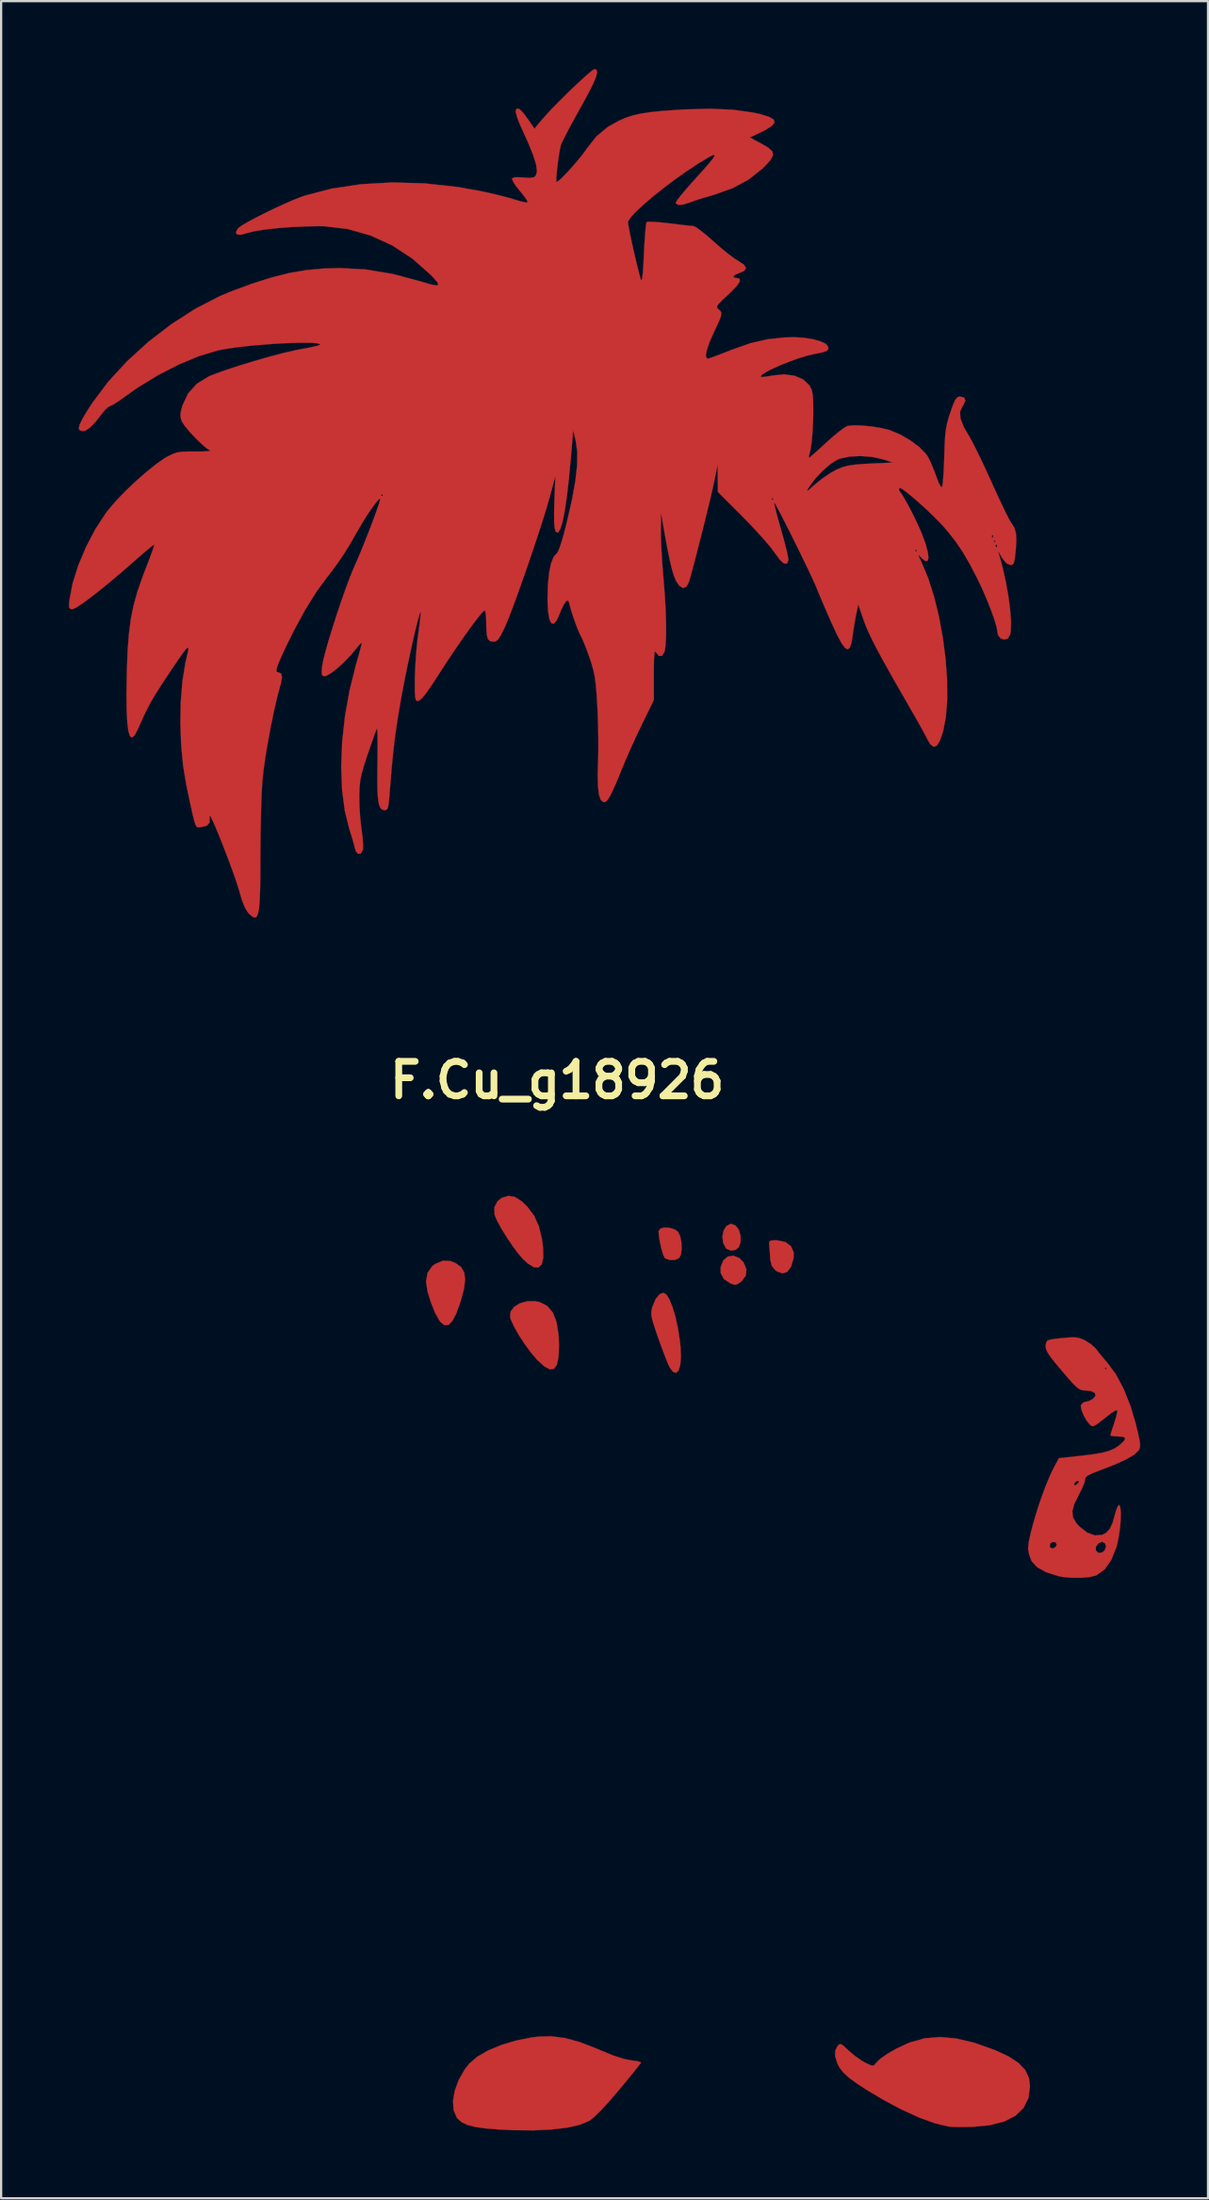
<source format=kicad_pcb>
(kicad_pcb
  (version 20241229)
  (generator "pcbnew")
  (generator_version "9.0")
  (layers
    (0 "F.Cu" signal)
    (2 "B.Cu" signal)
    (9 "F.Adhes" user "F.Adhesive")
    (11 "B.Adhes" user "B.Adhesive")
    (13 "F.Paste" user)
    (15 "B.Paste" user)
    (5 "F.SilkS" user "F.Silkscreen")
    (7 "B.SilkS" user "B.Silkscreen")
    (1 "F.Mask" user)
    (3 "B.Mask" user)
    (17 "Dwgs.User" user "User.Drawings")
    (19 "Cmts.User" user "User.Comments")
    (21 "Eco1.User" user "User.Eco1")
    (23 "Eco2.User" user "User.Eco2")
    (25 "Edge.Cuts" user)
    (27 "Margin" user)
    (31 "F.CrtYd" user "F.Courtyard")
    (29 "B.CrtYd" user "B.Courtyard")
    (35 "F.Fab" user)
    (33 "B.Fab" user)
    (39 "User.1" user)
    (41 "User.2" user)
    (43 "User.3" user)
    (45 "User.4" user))
  (footprint "F.Cu_g18926"
    (layer "F.Cu")
    (at 21.588 44.709)
    (property "Reference" "F.Cu_g18926" (at 0 0 0) (layer "F.SilkS") (effects (font (size 1.524 1.524) (thickness 0.3))))
    (attr through_hole)
    (fp_poly (pts (xy 7.895 6.425) (xy 8.038 6.618) (xy 8.115 6.881) (xy 8.11 7.166) (xy 8.04 7.372) (xy 7.889 7.501) (xy 7.677 7.529) (xy 7.488 7.449) (xy 7.462 7.421) (xy 7.341 7.182) (xy 7.311 6.908) (xy 7.364 6.647) (xy 7.487 6.446) (xy 7.67 6.352) (xy 7.702 6.35) (xy 7.895 6.425)) (stroke (width 0.01) (type solid)) (fill yes) (layer "F.Cu"))
    (fp_poly (pts (xy 8.062 7.865) (xy 8.246 8.057) (xy 8.372 8.355) (xy 8.343 8.641) (xy 8.163 8.88) (xy 8.159 8.884) (xy 7.987 9.01) (xy 7.868 9.044) (xy 7.721 9.003) (xy 7.662 8.979) (xy 7.376 8.79) (xy 7.234 8.523) (xy 7.233 8.258) (xy 7.354 7.963) (xy 7.557 7.794) (xy 7.806 7.759) (xy 8.062 7.865)) (stroke (width 0.01) (type solid)) (fill yes) (layer "F.Cu"))
    (fp_poly (pts (xy 4.959 6.522) (xy 5.185 6.589) (xy 5.334 6.689) (xy 5.435 6.876) (xy 5.495 7.152) (xy 5.508 7.454) (xy 5.473 7.715) (xy 5.402 7.857) (xy 5.222 7.942) (xy 4.988 7.949) (xy 4.791 7.88) (xy 4.752 7.844) (xy 4.685 7.699) (xy 4.612 7.446) (xy 4.545 7.144) (xy 4.5 6.855) (xy 4.487 6.677) (xy 4.557 6.565) (xy 4.732 6.513) (xy 4.959 6.522)) (stroke (width 0.01) (type solid)) (fill yes) (layer "F.Cu"))
    (fp_poly (pts (xy 9.73 7.078) (xy 10.088 7.15) (xy 10.338 7.332) (xy 10.461 7.605) (xy 10.457 7.866) (xy 10.346 8.243) (xy 10.181 8.469) (xy 9.97 8.539) (xy 9.721 8.449) (xy 9.64 8.389) (xy 9.492 8.205) (xy 9.428 7.935) (xy 9.423 7.86) (xy 9.406 7.575) (xy 9.385 7.327) (xy 9.38 7.281) (xy 9.379 7.151) (xy 9.442 7.091) (xy 9.615 7.076) (xy 9.73 7.078)) (stroke (width 0.01) (type solid)) (fill yes) (layer "F.Cu"))
    (fp_poly (pts (xy -4.724 7.992) (xy -4.486 8.087) (xy -4.247 8.261) (xy -4.108 8.499) (xy -4.067 8.819) (xy -4.123 9.242) (xy -4.271 9.788) (xy -4.273 9.796) (xy -4.455 10.301) (xy -4.63 10.64) (xy -4.802 10.816) (xy -4.974 10.833) (xy -5.15 10.694) (xy -5.217 10.604) (xy -5.403 10.269) (xy -5.581 9.818) (xy -5.727 9.356) (xy -5.799 8.897) (xy -5.73 8.515) (xy -5.523 8.221) (xy -5.393 8.124) (xy -5.051 7.98) (xy -4.724 7.992)) (stroke (width 0.01) (type solid)) (fill yes) (layer "F.Cu"))
    (fp_poly (pts (xy -1.869 5.159) (xy -1.565 5.352) (xy -1.325 5.583) (xy -1.021 5.984) (xy -0.807 6.455) (xy -0.669 7.031) (xy -0.621 7.415) (xy -0.612 7.851) (xy -0.681 8.14) (xy -0.824 8.278) (xy -1.035 8.263) (xy -1.308 8.092) (xy -1.519 7.895) (xy -1.735 7.642) (xy -1.981 7.308) (xy -2.233 6.934) (xy -2.463 6.561) (xy -2.645 6.229) (xy -2.754 5.982) (xy -2.764 5.948) (xy -2.773 5.619) (xy -2.635 5.347) (xy -2.448 5.203) (xy -2.155 5.112) (xy -1.869 5.159)) (stroke (width 0.01) (type solid)) (fill yes) (layer "F.Cu"))
    (fp_poly (pts (xy -0.758 9.813) (xy -0.432 9.982) (xy -0.188 10.274) (xy -0.024 10.698) (xy 0.064 11.262) (xy 0.083 11.742) (xy 0.061 12.241) (xy -0.011 12.579) (xy -0.137 12.759) (xy -0.321 12.782) (xy -0.565 12.652) (xy -0.875 12.37) (xy -0.903 12.34) (xy -1.165 12.031) (xy -1.438 11.657) (xy -1.695 11.261) (xy -1.907 10.887) (xy -2.047 10.579) (xy -2.077 10.481) (xy -2.061 10.237) (xy -1.909 10.027) (xy -1.656 9.867) (xy -1.335 9.775) (xy -0.98 9.767) (xy -0.758 9.813)) (stroke (width 0.01) (type solid)) (fill yes) (layer "F.Cu"))
    (fp_poly (pts (xy 4.835 9.478) (xy 4.973 9.701) (xy 5.109 10.042) (xy 5.236 10.475) (xy 5.345 10.974) (xy 5.428 11.514) (xy 5.459 11.811) (xy 5.475 12.261) (xy 5.442 12.607) (xy 5.368 12.836) (xy 5.261 12.937) (xy 5.131 12.898) (xy 4.985 12.706) (xy 4.918 12.569) (xy 4.817 12.323) (xy 4.681 11.969) (xy 4.532 11.562) (xy 4.428 11.267) (xy 4.292 10.866) (xy 4.207 10.584) (xy 4.168 10.384) (xy 4.168 10.225) (xy 4.2 10.069) (xy 4.218 10.009) (xy 4.36 9.669) (xy 4.536 9.459) (xy 4.703 9.398) (xy 4.835 9.478)) (stroke (width 0.01) (type solid)) (fill yes) (layer "F.Cu"))
    (fp_poly (pts (xy 0.343 42.345) (xy 0.991 42.521) (xy 1.723 42.803) (xy 1.86 42.863) (xy 2.462 43.111) (xy 2.948 43.269) (xy 3.284 43.334) (xy 3.528 43.365) (xy 3.68 43.408) (xy 3.708 43.437) (xy 3.648 43.521) (xy 3.497 43.712) (xy 3.274 43.989) (xy 2.996 44.328) (xy 2.728 44.652) (xy 2.313 45.136) (xy 1.948 45.533) (xy 1.649 45.826) (xy 1.431 45.999) (xy 1.416 46.009) (xy 1.01 46.178) (xy 0.455 46.306) (xy -0.234 46.389) (xy -1.042 46.428) (xy -1.952 46.419) (xy -2.54 46.391) (xy -3.15 46.343) (xy -3.615 46.278) (xy -3.961 46.19) (xy -4.212 46.072) (xy -4.392 45.918) (xy -4.437 45.862) (xy -4.576 45.541) (xy -4.603 45.134) (xy -4.526 44.676) (xy -4.352 44.2) (xy -4.09 43.74) (xy -3.886 43.479) (xy -3.537 43.177) (xy -3.052 42.897) (xy -2.464 42.652) (xy -1.807 42.455) (xy -1.115 42.319) (xy -0.836 42.284) (xy -0.254 42.269) (xy 0.343 42.345)) (stroke (width 0.01) (type solid)) (fill yes) (layer "F.Cu"))
    (fp_poly (pts (xy 17.653 42.366) (xy 18.453 42.556) (xy 19.345 42.873) (xy 19.384 42.888) (xy 19.977 43.165) (xy 20.413 43.453) (xy 20.706 43.768) (xy 20.868 44.122) (xy 20.913 44.484) (xy 20.84 45.006) (xy 20.624 45.439) (xy 20.266 45.784) (xy 19.766 46.038) (xy 19.126 46.201) (xy 18.373 46.272) (xy 17.989 46.28) (xy 17.642 46.278) (xy 17.386 46.267) (xy 17.314 46.259) (xy 16.717 46.117) (xy 16.018 45.865) (xy 15.24 45.51) (xy 14.4 45.062) (xy 13.726 44.66) (xy 13.244 44.347) (xy 12.89 44.086) (xy 12.642 43.853) (xy 12.475 43.629) (xy 12.394 43.467) (xy 12.292 43.139) (xy 12.304 42.889) (xy 12.398 42.709) (xy 12.473 42.625) (xy 12.55 42.615) (xy 12.668 42.694) (xy 12.864 42.876) (xy 12.885 42.896) (xy 13.161 43.13) (xy 13.464 43.343) (xy 13.619 43.431) (xy 13.842 43.538) (xy 13.966 43.57) (xy 14.043 43.53) (xy 14.103 43.451) (xy 14.298 43.257) (xy 14.615 43.036) (xy 15.016 42.809) (xy 15.463 42.601) (xy 15.623 42.536) (xy 16.256 42.358) (xy 16.927 42.3) (xy 17.653 42.366)) (stroke (width 0.01) (type solid)) (fill yes) (layer "F.Cu"))
    (fp_poly (pts (xy 23.115 11.405) (xy 23.302 11.481) (xy 23.353 11.507) (xy 23.604 11.667) (xy 23.809 11.851) (xy 23.851 11.903) (xy 23.997 12.095) (xy 24.201 12.339) (xy 24.322 12.475) (xy 24.703 12.989) (xy 25.053 13.643) (xy 25.358 14.408) (xy 25.58 15.156) (xy 25.687 15.59) (xy 25.753 15.892) (xy 25.781 16.094) (xy 25.774 16.23) (xy 25.738 16.329) (xy 25.716 16.366) (xy 25.518 16.554) (xy 25.154 16.768) (xy 24.625 17.007) (xy 24.045 17.23) (xy 23.687 17.368) (xy 23.468 17.475) (xy 23.365 17.565) (xy 23.351 17.636) (xy 23.324 17.778) (xy 23.229 18.016) (xy 23.086 18.298) (xy 23.076 18.318) (xy 22.872 18.73) (xy 22.784 19.054) (xy 22.813 19.325) (xy 22.96 19.579) (xy 23.097 19.73) (xy 23.445 20.002) (xy 23.79 20.126) (xy 24.111 20.098) (xy 24.286 20.006) (xy 24.443 19.837) (xy 24.564 19.572) (xy 24.642 19.296) (xy 24.72 19.025) (xy 24.796 18.838) (xy 24.854 18.777) (xy 24.906 18.874) (xy 24.928 19.098) (xy 24.924 19.411) (xy 24.895 19.775) (xy 24.843 20.151) (xy 24.772 20.5) (xy 24.734 20.642) (xy 24.508 21.208) (xy 24.22 21.618) (xy 23.868 21.876) (xy 23.819 21.898) (xy 23.546 21.965) (xy 23.169 21.998) (xy 22.751 21.996) (xy 22.354 21.959) (xy 22.181 21.926) (xy 21.629 21.752) (xy 21.23 21.531) (xy 20.989 21.265) (xy 20.969 21.226) (xy 20.874 20.967) (xy 20.84 20.785) (xy 23.822 20.785) (xy 23.935 20.899) (xy 24.097 20.882) (xy 24.214 20.787) (xy 24.277 20.621) (xy 24.232 20.47) (xy 24.101 20.405) (xy 23.936 20.473) (xy 23.826 20.629) (xy 23.822 20.785) (xy 20.84 20.785) (xy 20.829 20.726) (xy 20.828 20.702) (xy 20.836 20.629) (xy 21.788 20.629) (xy 21.799 20.655) (xy 21.905 20.703) (xy 22.031 20.65) (xy 22.098 20.533) (xy 22.098 20.523) (xy 22.037 20.425) (xy 21.908 20.413) (xy 21.802 20.489) (xy 21.788 20.629) (xy 20.836 20.629) (xy 20.859 20.414) (xy 20.946 20.007) (xy 21.077 19.517) (xy 21.239 18.981) (xy 21.422 18.436) (xy 21.614 17.919) (xy 21.63 17.88) (xy 22.86 17.88) (xy 22.908 17.914) (xy 22.989 17.863) (xy 23.078 17.759) (xy 23.079 17.717) (xy 22.985 17.715) (xy 22.888 17.801) (xy 22.86 17.88) (xy 21.63 17.88) (xy 21.803 17.465) (xy 21.94 17.181) (xy 22.19 16.71) (xy 23.096 16.612) (xy 23.659 16.544) (xy 24.083 16.473) (xy 24.402 16.389) (xy 24.647 16.285) (xy 24.849 16.151) (xy 24.889 16.118) (xy 25.083 15.933) (xy 25.126 15.818) (xy 25.017 15.761) (xy 24.807 15.748) (xy 24.595 15.738) (xy 24.477 15.713) (xy 24.469 15.703) (xy 24.494 15.605) (xy 24.559 15.395) (xy 24.642 15.143) (xy 24.725 14.871) (xy 24.771 14.669) (xy 24.772 14.583) (xy 24.686 14.604) (xy 24.518 14.708) (xy 24.418 14.784) (xy 24.104 15.032) (xy 23.895 15.19) (xy 23.764 15.274) (xy 23.683 15.297) (xy 23.625 15.276) (xy 23.571 15.233) (xy 23.426 15.062) (xy 23.29 14.824) (xy 23.191 14.581) (xy 23.159 14.392) (xy 23.166 14.356) (xy 23.284 14.24) (xy 23.358 14.224) (xy 23.532 14.177) (xy 23.692 14.089) (xy 23.813 13.949) (xy 23.782 13.827) (xy 23.616 13.743) (xy 23.374 13.716) (xy 23.24 13.708) (xy 23.12 13.669) (xy 22.989 13.578) (xy 22.822 13.417) (xy 22.593 13.163) (xy 22.323 12.848) (xy 22.235 12.742) (xy 24.215 12.742) (xy 24.257 12.785) (xy 24.299 12.742) (xy 24.257 12.7) (xy 24.215 12.742) (xy 22.235 12.742) (xy 22.015 12.48) (xy 21.806 12.211) (xy 21.679 12.015) (xy 21.618 11.867) (xy 21.607 11.74) (xy 21.608 11.726) (xy 21.626 11.601) (xy 21.674 11.521) (xy 21.788 11.472) (xy 22.002 11.436) (xy 22.32 11.401) (xy 22.679 11.37) (xy 22.926 11.369) (xy 23.115 11.405)) (stroke (width 0.01) (type solid)) (fill yes) (layer "F.Cu"))
    (fp_poly (pts (xy 1.747 -44.668) (xy 1.768 -44.554) (xy 1.715 -44.347) (xy 1.584 -44.038) (xy 1.369 -43.612) (xy 1.067 -43.059) (xy 1.016 -42.968) (xy 0.766 -42.518) (xy 0.541 -42.102) (xy 0.356 -41.75) (xy 0.226 -41.49) (xy 0.17 -41.36) (xy 0.125 -41.171) (xy 0.077 -40.891) (xy 0.031 -40.566) (xy -0.007 -40.24) (xy -0.032 -39.959) (xy -0.038 -39.768) (xy -0.028 -39.713) (xy 0.045 -39.747) (xy 0.199 -39.884) (xy 0.408 -40.097) (xy 0.646 -40.357) (xy 0.888 -40.636) (xy 1.108 -40.906) (xy 1.281 -41.138) (xy 1.32 -41.197) (xy 1.74 -41.732) (xy 2.255 -42.155) (xy 2.758 -42.433) (xy 3.05 -42.558) (xy 3.353 -42.656) (xy 3.697 -42.735) (xy 4.111 -42.798) (xy 4.623 -42.851) (xy 5.263 -42.898) (xy 5.593 -42.918) (xy 6.756 -42.952) (xy 7.78 -42.907) (xy 8.674 -42.782) (xy 9.003 -42.708) (xy 9.373 -42.594) (xy 9.577 -42.474) (xy 9.615 -42.341) (xy 9.489 -42.188) (xy 9.197 -42.007) (xy 9.015 -41.916) (xy 8.523 -41.681) (xy 9.045 -41.403) (xy 9.349 -41.223) (xy 9.517 -41.064) (xy 9.548 -40.896) (xy 9.443 -40.693) (xy 9.203 -40.428) (xy 9.06 -40.289) (xy 8.468 -39.821) (xy 7.765 -39.442) (xy 6.929 -39.143) (xy 6.808 -39.109) (xy 6.456 -39.007) (xy 6.129 -38.903) (xy 5.894 -38.818) (xy 5.881 -38.813) (xy 5.587 -38.718) (xy 5.368 -38.7) (xy 5.257 -38.762) (xy 5.249 -38.8) (xy 5.304 -38.898) (xy 5.453 -39.094) (xy 5.677 -39.363) (xy 5.955 -39.679) (xy 6.059 -39.795) (xy 6.449 -40.226) (xy 6.727 -40.545) (xy 6.899 -40.76) (xy 6.969 -40.88) (xy 6.943 -40.915) (xy 6.827 -40.873) (xy 6.636 -40.769) (xy 6.174 -40.488) (xy 5.684 -40.161) (xy 5.186 -39.806) (xy 4.7 -39.439) (xy 4.245 -39.076) (xy 3.843 -38.733) (xy 3.512 -38.427) (xy 3.274 -38.173) (xy 3.148 -37.989) (xy 3.133 -37.931) (xy 3.152 -37.788) (xy 3.203 -37.519) (xy 3.277 -37.163) (xy 3.366 -36.759) (xy 3.461 -36.345) (xy 3.553 -35.96) (xy 3.633 -35.643) (xy 3.694 -35.432) (xy 3.706 -35.397) (xy 3.738 -35.37) (xy 3.768 -35.481) (xy 3.796 -35.739) (xy 3.822 -36.151) (xy 3.84 -36.538) (xy 3.864 -36.999) (xy 3.891 -37.4) (xy 3.919 -37.71) (xy 3.946 -37.9) (xy 3.96 -37.943) (xy 4.064 -37.957) (xy 4.299 -37.949) (xy 4.629 -37.922) (xy 4.953 -37.885) (xy 5.345 -37.837) (xy 5.684 -37.797) (xy 5.93 -37.772) (xy 6.031 -37.764) (xy 6.149 -37.708) (xy 6.358 -37.558) (xy 6.629 -37.338) (xy 6.909 -37.091) (xy 7.239 -36.8) (xy 7.567 -36.533) (xy 7.849 -36.325) (xy 8.012 -36.223) (xy 8.265 -36.054) (xy 8.352 -35.906) (xy 8.271 -35.78) (xy 8.064 -35.691) (xy 7.872 -35.612) (xy 7.79 -35.533) (xy 7.837 -35.483) (xy 7.911 -35.475) (xy 8.065 -35.438) (xy 8.08 -35.324) (xy 7.955 -35.129) (xy 7.688 -34.849) (xy 7.571 -34.74) (xy 7.3 -34.487) (xy 7.139 -34.321) (xy 7.072 -34.214) (xy 7.08 -34.142) (xy 7.133 -34.089) (xy 7.221 -34.011) (xy 7.262 -33.925) (xy 7.25 -33.798) (xy 7.178 -33.6) (xy 7.041 -33.299) (xy 6.94 -33.086) (xy 6.737 -32.629) (xy 6.615 -32.272) (xy 6.575 -32.029) (xy 6.621 -31.911) (xy 6.689 -31.904) (xy 6.814 -31.945) (xy 7.06 -32.036) (xy 7.391 -32.163) (xy 7.749 -32.304) (xy 8.547 -32.584) (xy 9.293 -32.757) (xy 10.056 -32.839) (xy 10.462 -32.849) (xy 10.891 -32.827) (xy 11.295 -32.765) (xy 11.636 -32.672) (xy 11.876 -32.559) (xy 11.974 -32.455) (xy 11.997 -32.34) (xy 11.942 -32.258) (xy 11.782 -32.193) (xy 11.489 -32.13) (xy 11.378 -32.11) (xy 11.062 -32.037) (xy 10.693 -31.924) (xy 10.3 -31.784) (xy 9.913 -31.63) (xy 9.559 -31.474) (xy 9.27 -31.328) (xy 9.073 -31.205) (xy 8.999 -31.117) (xy 9.006 -31.097) (xy 9.104 -31.092) (xy 9.315 -31.118) (xy 9.513 -31.155) (xy 10.035 -31.208) (xy 10.5 -31.147) (xy 10.883 -30.982) (xy 11.157 -30.722) (xy 11.268 -30.502) (xy 11.305 -30.284) (xy 11.324 -29.942) (xy 11.328 -29.519) (xy 11.316 -29.058) (xy 11.291 -28.603) (xy 11.254 -28.197) (xy 11.206 -27.884) (xy 11.184 -27.792) (xy 11.139 -27.608) (xy 11.136 -27.518) (xy 11.14 -27.517) (xy 11.213 -27.571) (xy 11.383 -27.718) (xy 11.626 -27.936) (xy 11.907 -28.195) (xy 12.215 -28.469) (xy 12.496 -28.699) (xy 12.72 -28.861) (xy 12.845 -28.926) (xy 13.112 -28.954) (xy 13.486 -28.944) (xy 13.912 -28.903) (xy 14.333 -28.835) (xy 14.693 -28.747) (xy 14.732 -28.734) (xy 15.186 -28.542) (xy 15.629 -28.284) (xy 16.019 -27.992) (xy 16.309 -27.695) (xy 16.402 -27.559) (xy 16.533 -27.291) (xy 16.676 -26.946) (xy 16.772 -26.684) (xy 16.871 -26.425) (xy 16.959 -26.258) (xy 17.018 -26.217) (xy 17.02 -26.218) (xy 17.045 -26.324) (xy 17.071 -26.567) (xy 17.095 -26.917) (xy 17.114 -27.341) (xy 17.121 -27.559) (xy 17.138 -28.083) (xy 17.162 -28.48) (xy 17.199 -28.795) (xy 17.254 -29.071) (xy 17.334 -29.352) (xy 17.392 -29.527) (xy 17.513 -29.869) (xy 17.607 -30.079) (xy 17.692 -30.187) (xy 17.786 -30.224) (xy 17.824 -30.226) (xy 18.008 -30.178) (xy 18.052 -30.042) (xy 17.954 -29.836) (xy 17.931 -29.805) (xy 17.82 -29.559) (xy 17.836 -29.258) (xy 17.981 -28.884) (xy 18.182 -28.54) (xy 18.31 -28.316) (xy 18.49 -27.969) (xy 18.705 -27.531) (xy 18.94 -27.036) (xy 19.179 -26.514) (xy 19.212 -26.439) (xy 19.438 -25.942) (xy 19.649 -25.49) (xy 19.833 -25.108) (xy 19.978 -24.823) (xy 20.071 -24.66) (xy 20.085 -24.641) (xy 20.218 -24.438) (xy 20.29 -24.186) (xy 20.308 -23.845) (xy 20.28 -23.408) (xy 20.243 -23.079) (xy 20.201 -22.885) (xy 20.143 -22.795) (xy 20.069 -22.775) (xy 19.869 -22.856) (xy 19.672 -23.1) (xy 19.578 -23.274) (xy 19.519 -23.379) (xy 19.518 -23.341) (xy 19.522 -23.326) (xy 19.695 -22.699) (xy 19.84 -22.05) (xy 19.955 -21.412) (xy 20.033 -20.817) (xy 20.071 -20.297) (xy 20.064 -19.885) (xy 20.034 -19.697) (xy 19.931 -19.53) (xy 19.771 -19.481) (xy 19.608 -19.538) (xy 19.495 -19.689) (xy 19.473 -19.819) (xy 19.438 -20.031) (xy 19.341 -20.361) (xy 19.195 -20.773) (xy 19.012 -21.234) (xy 18.807 -21.709) (xy 18.592 -22.164) (xy 18.583 -22.183) (xy 18.253 -22.817) (xy 17.95 -23.338) (xy 17.759 -23.622) (xy 19.389 -23.622) (xy 19.42 -23.552) (xy 19.445 -23.566) (xy 19.455 -23.666) (xy 19.445 -23.678) (xy 19.395 -23.667) (xy 19.389 -23.622) (xy 17.759 -23.622) (xy 17.644 -23.793) (xy 17.612 -23.834) (xy 19.304 -23.834) (xy 19.346 -23.791) (xy 19.389 -23.834) (xy 19.346 -23.876) (xy 19.304 -23.834) (xy 17.612 -23.834) (xy 17.448 -24.045) (xy 19.219 -24.045) (xy 19.25 -23.976) (xy 19.276 -23.989) (xy 19.286 -24.089) (xy 19.276 -24.102) (xy 19.225 -24.09) (xy 19.219 -24.045) (xy 17.448 -24.045) (xy 17.306 -24.227) (xy 17.145 -24.417) (xy 16.908 -24.675) (xy 16.617 -24.966) (xy 16.298 -25.269) (xy 15.974 -25.562) (xy 15.672 -25.823) (xy 15.414 -26.029) (xy 15.228 -26.16) (xy 15.136 -26.193) (xy 15.114 -26.1) (xy 15.144 -26.049) (xy 15.284 -25.844) (xy 15.468 -25.526) (xy 15.675 -25.137) (xy 15.881 -24.718) (xy 16.066 -24.312) (xy 16.138 -24.141) (xy 16.299 -23.7) (xy 16.393 -23.348) (xy 16.421 -23.098) (xy 16.384 -22.962) (xy 16.282 -22.955) (xy 16.117 -23.089) (xy 16.075 -23.135) (xy 15.994 -23.22) (xy 15.983 -23.195) (xy 16.047 -23.045) (xy 16.115 -22.902) (xy 16.415 -22.185) (xy 16.675 -21.363) (xy 16.893 -20.469) (xy 17.063 -19.536) (xy 17.182 -18.595) (xy 17.246 -17.679) (xy 17.25 -16.821) (xy 17.191 -16.052) (xy 17.07 -15.426) (xy 16.935 -15.028) (xy 16.797 -14.8) (xy 16.655 -14.74) (xy 16.508 -14.849) (xy 16.39 -15.05) (xy 16.296 -15.232) (xy 16.135 -15.528) (xy 15.926 -15.902) (xy 15.687 -16.32) (xy 15.554 -16.552) (xy 15.089 -17.361) (xy 14.702 -18.041) (xy 14.386 -18.609) (xy 14.131 -19.082) (xy 13.929 -19.477) (xy 13.771 -19.809) (xy 13.648 -20.096) (xy 13.552 -20.354) (xy 13.549 -20.362) (xy 13.318 -21.04) (xy 13.228 -20.616) (xy 13.162 -20.27) (xy 13.101 -19.88) (xy 13.08 -19.719) (xy 13.023 -19.358) (xy 12.95 -19.134) (xy 12.857 -19.051) (xy 12.736 -19.112) (xy 12.581 -19.321) (xy 12.386 -19.683) (xy 12.145 -20.2) (xy 12.091 -20.323) (xy 11.902 -20.754) (xy 11.729 -21.155) (xy 11.588 -21.487) (xy 11.495 -21.714) (xy 11.478 -21.759) (xy 11.399 -21.946) (xy 11.266 -22.237) (xy 11.09 -22.608) (xy 10.884 -23.035) (xy 10.701 -23.41) (xy 15.833 -23.41) (xy 15.875 -23.368) (xy 15.917 -23.41) (xy 15.875 -23.453) (xy 15.833 -23.41) (xy 10.701 -23.41) (xy 10.66 -23.494) (xy 10.43 -23.959) (xy 10.206 -24.406) (xy 10 -24.811) (xy 9.825 -25.15) (xy 9.692 -25.397) (xy 9.614 -25.529) (xy 9.598 -25.544) (xy 9.608 -25.454) (xy 9.659 -25.232) (xy 9.744 -24.907) (xy 9.855 -24.509) (xy 9.906 -24.332) (xy 10.028 -23.899) (xy 10.127 -23.513) (xy 10.196 -23.209) (xy 10.226 -23.02) (xy 10.226 -22.987) (xy 10.163 -22.84) (xy 10.039 -22.846) (xy 9.861 -23.001) (xy 9.635 -23.302) (xy 9.62 -23.326) (xy 9.447 -23.556) (xy 9.181 -23.872) (xy 8.848 -24.243) (xy 8.478 -24.636) (xy 8.199 -24.921) (xy 7.424 -25.696) (xy 9.483 -25.696) (xy 9.525 -25.654) (xy 9.567 -25.696) (xy 9.525 -25.739) (xy 9.483 -25.696) (xy 7.424 -25.696) (xy 7.112 -26.008) (xy 7.111 -26.054) (xy 11.057 -26.054) (xy 11.135 -26.105) (xy 11.316 -26.262) (xy 11.432 -26.365) (xy 11.745 -26.616) (xy 12.094 -26.851) (xy 12.361 -26.997) (xy 12.6 -27.097) (xy 12.843 -27.166) (xy 13.136 -27.212) (xy 13.523 -27.245) (xy 13.843 -27.262) (xy 14.859 -27.309) (xy 14.399 -27.455) (xy 13.935 -27.558) (xy 13.427 -27.597) (xy 12.936 -27.574) (xy 12.522 -27.488) (xy 12.404 -27.443) (xy 12.104 -27.256) (xy 11.766 -26.968) (xy 11.44 -26.627) (xy 11.173 -26.277) (xy 11.146 -26.235) (xy 11.065 -26.099) (xy 11.057 -26.054) (xy 7.111 -26.054) (xy 7.098 -27.22) (xy 6.944 -26.458) (xy 6.879 -26.16) (xy 6.781 -25.739) (xy 6.658 -25.229) (xy 6.518 -24.663) (xy 6.371 -24.075) (xy 6.224 -23.498) (xy 6.086 -22.966) (xy 5.966 -22.512) (xy 5.871 -22.17) (xy 5.83 -22.035) (xy 5.715 -21.817) (xy 5.567 -21.761) (xy 5.402 -21.864) (xy 5.259 -22.078) (xy 5.173 -22.284) (xy 5.084 -22.573) (xy 4.99 -22.964) (xy 4.884 -23.476) (xy 4.763 -24.129) (xy 4.711 -24.426) (xy 4.593 -25.104) (xy 4.585 -24.342) (xy 4.59 -23.978) (xy 4.61 -23.5) (xy 4.642 -22.96) (xy 4.683 -22.413) (xy 4.7 -22.225) (xy 4.759 -21.477) (xy 4.799 -20.781) (xy 4.818 -20.159) (xy 4.817 -19.633) (xy 4.796 -19.226) (xy 4.753 -18.959) (xy 4.741 -18.922) (xy 4.631 -18.759) (xy 4.499 -18.76) (xy 4.366 -18.924) (xy 4.36 -18.935) (xy 4.324 -18.954) (xy 4.299 -18.837) (xy 4.283 -18.576) (xy 4.276 -18.159) (xy 4.276 -17.955) (xy 4.276 -16.806) (xy 3.756 -15.748) (xy 3.523 -15.259) (xy 3.278 -14.725) (xy 3.052 -14.212) (xy 2.885 -13.812) (xy 2.66 -13.26) (xy 2.481 -12.851) (xy 2.34 -12.567) (xy 2.227 -12.391) (xy 2.133 -12.306) (xy 2.052 -12.293) (xy 1.933 -12.39) (xy 1.85 -12.63) (xy 1.805 -13.021) (xy 1.796 -13.567) (xy 1.811 -14.055) (xy 1.823 -14.533) (xy 1.823 -15.117) (xy 1.812 -15.74) (xy 1.79 -16.339) (xy 1.781 -16.51) (xy 1.747 -17.062) (xy 1.711 -17.486) (xy 1.667 -17.824) (xy 1.608 -18.115) (xy 1.528 -18.402) (xy 1.439 -18.669) (xy 1.312 -19.022) (xy 1.193 -19.328) (xy 1.099 -19.543) (xy 1.069 -19.6) (xy 0.976 -19.789) (xy 0.857 -20.084) (xy 0.733 -20.427) (xy 0.624 -20.762) (xy 0.552 -21.032) (xy 0.503 -21.193) (xy 0.441 -21.21) (xy 0.381 -21.159) (xy 0.285 -21.013) (xy 0.17 -20.773) (xy 0.111 -20.623) (xy -0.026 -20.322) (xy -0.149 -20.184) (xy -0.254 -20.204) (xy -0.338 -20.376) (xy -0.395 -20.696) (xy -0.422 -21.157) (xy -0.423 -21.313) (xy -0.405 -21.92) (xy -0.351 -22.44) (xy -0.267 -22.851) (xy -0.156 -23.131) (xy -0.066 -23.236) (xy 0.015 -23.332) (xy 0.103 -23.521) (xy 0.204 -23.823) (xy 0.325 -24.256) (xy 0.436 -24.695) (xy 0.658 -25.667) (xy 0.807 -26.496) (xy 0.885 -27.194) (xy 0.892 -27.77) (xy 0.83 -28.236) (xy 0.83 -28.236) (xy 0.711 -28.744) (xy 0.607 -27.517) (xy 0.519 -26.573) (xy 0.428 -25.783) (xy 0.334 -25.151) (xy 0.238 -24.679) (xy 0.141 -24.369) (xy 0.042 -24.225) (xy 0.007 -24.215) (xy -0.061 -24.259) (xy -0.106 -24.403) (xy -0.13 -24.665) (xy -0.133 -25.059) (xy -0.119 -25.605) (xy -0.118 -25.642) (xy -0.077 -26.712) (xy -0.329 -25.781) (xy -0.451 -25.355) (xy -0.615 -24.824) (xy -0.81 -24.216) (xy -1.028 -23.559) (xy -1.258 -22.881) (xy -1.492 -22.209) (xy -1.718 -21.571) (xy -1.929 -20.996) (xy -2.113 -20.511) (xy -2.262 -20.145) (xy -2.325 -20.003) (xy -2.482 -19.688) (xy -2.602 -19.501) (xy -2.708 -19.411) (xy -2.823 -19.389) (xy -2.969 -19.414) (xy -3.062 -19.509) (xy -3.112 -19.703) (xy -3.131 -20.025) (xy -3.133 -20.195) (xy -3.142 -20.48) (xy -3.167 -20.69) (xy -3.198 -20.774) (xy -3.272 -20.724) (xy -3.424 -20.551) (xy -3.642 -20.271) (xy -3.912 -19.904) (xy -4.221 -19.468) (xy -4.555 -18.98) (xy -4.903 -18.459) (xy -5.232 -17.951) (xy -5.542 -17.475) (xy -5.78 -17.132) (xy -5.958 -16.909) (xy -6.089 -16.791) (xy -6.185 -16.764) (xy -6.24 -16.796) (xy -6.274 -16.917) (xy -6.292 -17.175) (xy -6.295 -17.537) (xy -6.285 -17.972) (xy -6.262 -18.448) (xy -6.229 -18.932) (xy -6.185 -19.394) (xy -6.138 -19.758) (xy -6.086 -20.131) (xy -6.048 -20.438) (xy -6.03 -20.642) (xy -6.032 -20.708) (xy -6.068 -20.649) (xy -6.13 -20.447) (xy -6.214 -20.125) (xy -6.315 -19.707) (xy -6.426 -19.217) (xy -6.544 -18.676) (xy -6.662 -18.11) (xy -6.776 -17.541) (xy -6.879 -16.992) (xy -6.905 -16.849) (xy -7.018 -16.194) (xy -7.111 -15.599) (xy -7.19 -15.021) (xy -7.258 -14.42) (xy -7.322 -13.752) (xy -7.386 -12.975) (xy -7.416 -12.594) (xy -7.446 -12.261) (xy -7.481 -12.063) (xy -7.532 -11.967) (xy -7.61 -11.939) (xy -7.629 -11.938) (xy -7.74 -11.964) (xy -7.825 -12.054) (xy -7.885 -12.225) (xy -7.925 -12.495) (xy -7.946 -12.883) (xy -7.951 -13.405) (xy -7.944 -14.028) (xy -7.938 -14.523) (xy -7.938 -14.947) (xy -7.943 -15.276) (xy -7.953 -15.487) (xy -7.967 -15.554) (xy -7.969 -15.552) (xy -8.016 -15.437) (xy -8.104 -15.196) (xy -8.222 -14.862) (xy -8.359 -14.468) (xy -8.381 -14.404) (xy -8.537 -13.932) (xy -8.641 -13.566) (xy -8.705 -13.254) (xy -8.738 -12.946) (xy -8.751 -12.589) (xy -8.751 -12.583) (xy -8.743 -12.119) (xy -8.71 -11.608) (xy -8.659 -11.15) (xy -8.651 -11.099) (xy -8.605 -10.746) (xy -8.581 -10.437) (xy -8.583 -10.225) (xy -8.589 -10.189) (xy -8.68 -10.025) (xy -8.801 -10.007) (xy -8.904 -10.13) (xy -8.931 -10.223) (xy -8.979 -10.416) (xy -9.065 -10.71) (xy -9.17 -11.046) (xy -9.185 -11.091) (xy -9.389 -11.906) (xy -9.51 -12.841) (xy -9.549 -13.868) (xy -9.506 -14.96) (xy -9.383 -16.089) (xy -9.18 -17.23) (xy -8.9 -18.354) (xy -8.895 -18.373) (xy -8.79 -18.74) (xy -8.706 -19.049) (xy -8.651 -19.261) (xy -8.637 -19.337) (xy -8.682 -19.318) (xy -8.799 -19.192) (xy -8.929 -19.029) (xy -9.172 -18.742) (xy -9.454 -18.455) (xy -9.743 -18.196) (xy -10.005 -17.996) (xy -10.207 -17.881) (xy -10.276 -17.865) (xy -10.369 -17.883) (xy -10.408 -17.964) (xy -10.405 -18.149) (xy -10.39 -18.309) (xy -10.342 -18.57) (xy -10.243 -18.957) (xy -10.105 -19.442) (xy -9.937 -19.991) (xy -9.75 -20.574) (xy -9.553 -21.161) (xy -9.356 -21.719) (xy -9.169 -22.219) (xy -9.003 -22.628) (xy -8.957 -22.733) (xy -8.791 -23.112) (xy -8.611 -23.544) (xy -8.428 -24.001) (xy -8.251 -24.454) (xy -8.092 -24.877) (xy -7.961 -25.242) (xy -7.868 -25.52) (xy -7.824 -25.685) (xy -7.825 -25.718) (xy -7.89 -25.677) (xy -8.019 -25.53) (xy -8.144 -25.362) (xy -8.283 -25.164) (xy -8.409 -24.975) (xy -8.541 -24.766) (xy -8.697 -24.504) (xy -8.899 -24.157) (xy -9.163 -23.696) (xy -9.171 -23.682) (xy -9.423 -23.276) (xy -9.731 -22.824) (xy -10.041 -22.407) (xy -10.127 -22.3) (xy -10.622 -21.631) (xy -11.132 -20.815) (xy -11.647 -19.87) (xy -11.971 -19.213) (xy -12.183 -18.759) (xy -12.323 -18.436) (xy -12.399 -18.222) (xy -12.416 -18.098) (xy -12.381 -18.043) (xy -12.332 -18.034) (xy -12.204 -17.983) (xy -12.168 -17.82) (xy -12.221 -17.53) (xy -12.246 -17.441) (xy -12.376 -16.957) (xy -12.515 -16.353) (xy -12.655 -15.676) (xy -12.786 -14.975) (xy -12.9 -14.297) (xy -12.986 -13.692) (xy -13.032 -13.267) (xy -13.057 -12.878) (xy -13.08 -12.358) (xy -13.099 -11.743) (xy -13.113 -11.07) (xy -13.121 -10.378) (xy -13.123 -9.853) (xy -13.126 -9.064) (xy -13.135 -8.431) (xy -13.154 -7.943) (xy -13.185 -7.587) (xy -13.231 -7.351) (xy -13.295 -7.223) (xy -13.379 -7.19) (xy -13.487 -7.24) (xy -13.621 -7.36) (xy -13.665 -7.407) (xy -13.79 -7.603) (xy -13.914 -7.894) (xy -13.992 -8.148) (xy -14.066 -8.409) (xy -14.175 -8.747) (xy -14.311 -9.139) (xy -14.466 -9.566) (xy -14.632 -10.005) (xy -14.799 -10.436) (xy -14.959 -10.836) (xy -15.105 -11.186) (xy -15.227 -11.463) (xy -15.317 -11.646) (xy -15.368 -11.714) (xy -15.369 -11.646) (xy -15.367 -11.634) (xy -15.366 -11.398) (xy -15.487 -11.257) (xy -15.749 -11.19) (xy -15.761 -11.189) (xy -15.836 -11.179) (xy -15.895 -11.181) (xy -15.945 -11.214) (xy -15.992 -11.298) (xy -16.043 -11.453) (xy -16.105 -11.697) (xy -16.184 -12.052) (xy -16.288 -12.536) (xy -16.395 -13.039) (xy -16.538 -13.895) (xy -16.627 -14.829) (xy -16.661 -15.797) (xy -16.642 -16.754) (xy -16.568 -17.654) (xy -16.439 -18.454) (xy -16.385 -18.69) (xy -16.327 -18.93) (xy -16.304 -19.081) (xy -16.324 -19.134) (xy -16.396 -19.081) (xy -16.53 -18.915) (xy -16.734 -18.626) (xy -17.018 -18.208) (xy -17.162 -17.992) (xy -17.491 -17.495) (xy -17.746 -17.095) (xy -17.951 -16.752) (xy -18.127 -16.422) (xy -18.299 -16.066) (xy -18.49 -15.641) (xy -18.545 -15.515) (xy -18.68 -15.256) (xy -18.794 -15.153) (xy -18.886 -15.206) (xy -18.956 -15.418) (xy -19.006 -15.791) (xy -19.035 -16.326) (xy -19.043 -17.025) (xy -19.032 -17.89) (xy -19.026 -18.146) (xy -18.992 -19.011) (xy -18.936 -19.747) (xy -18.851 -20.398) (xy -18.728 -21.002) (xy -18.56 -21.602) (xy -18.34 -22.239) (xy -18.201 -22.602) (xy -18.05 -22.991) (xy -17.928 -23.32) (xy -17.845 -23.558) (xy -17.813 -23.677) (xy -17.814 -23.684) (xy -17.884 -23.642) (xy -18.055 -23.507) (xy -18.302 -23.299) (xy -18.6 -23.039) (xy -18.637 -23.007) (xy -19.195 -22.518) (xy -19.726 -22.069) (xy -20.214 -21.67) (xy -20.644 -21.334) (xy -20.998 -21.074) (xy -21.262 -20.902) (xy -21.419 -20.829) (xy -21.433 -20.828) (xy -21.538 -20.842) (xy -21.583 -20.913) (xy -21.581 -21.083) (xy -21.563 -21.257) (xy -21.421 -21.986) (xy -21.169 -22.778) (xy -20.829 -23.586) (xy -20.42 -24.364) (xy -19.962 -25.065) (xy -19.826 -25.243) (xy -19.492 -25.632) (xy -19.265 -25.866) (xy -7.789 -25.866) (xy -7.747 -25.823) (xy -7.705 -25.866) (xy -7.747 -25.908) (xy -7.789 -25.866) (xy -19.265 -25.866) (xy -19.081 -26.056) (xy -18.628 -26.486) (xy -18.168 -26.89) (xy -17.734 -27.238) (xy -17.362 -27.498) (xy -17.246 -27.566) (xy -17.02 -27.68) (xy -16.821 -27.75) (xy -16.594 -27.786) (xy -16.287 -27.797) (xy -16.002 -27.796) (xy -15.677 -27.798) (xy -15.448 -27.81) (xy -15.341 -27.829) (xy -15.351 -27.845) (xy -15.515 -27.95) (xy -15.745 -28.15) (xy -16.006 -28.406) (xy -16.259 -28.679) (xy -16.467 -28.931) (xy -16.593 -29.123) (xy -16.602 -29.143) (xy -16.655 -29.327) (xy -16.648 -29.525) (xy -16.576 -29.804) (xy -16.564 -29.843) (xy -16.315 -30.369) (xy -15.93 -30.793) (xy -15.411 -31.114) (xy -15.24 -31.186) (xy -14.695 -31.384) (xy -14.064 -31.592) (xy -13.393 -31.797) (xy -12.722 -31.989) (xy -12.097 -32.153) (xy -11.559 -32.278) (xy -11.28 -32.331) (xy -10.929 -32.397) (xy -10.656 -32.459) (xy -10.496 -32.51) (xy -10.468 -32.537) (xy -10.599 -32.58) (xy -10.872 -32.603) (xy -11.258 -32.608) (xy -11.731 -32.598) (xy -12.263 -32.574) (xy -12.827 -32.537) (xy -13.395 -32.489) (xy -13.941 -32.432) (xy -14.437 -32.367) (xy -14.856 -32.297) (xy -15.028 -32.26) (xy -15.855 -32.009) (xy -16.744 -31.638) (xy -17.658 -31.168) (xy -18.56 -30.616) (xy -19.175 -30.181) (xy -19.434 -29.998) (xy -19.648 -29.863) (xy -19.777 -29.804) (xy -19.785 -29.803) (xy -19.893 -29.739) (xy -20.047 -29.579) (xy -20.12 -29.485) (xy -20.419 -29.101) (xy -20.657 -28.854) (xy -20.851 -28.727) (xy -20.971 -28.702) (xy -21.101 -28.727) (xy -21.153 -28.812) (xy -21.121 -28.973) (xy -21 -29.226) (xy -20.786 -29.585) (xy -20.558 -29.938) (xy -19.857 -30.876) (xy -19.019 -31.787) (xy -18.074 -32.648) (xy -17.054 -33.431) (xy -15.991 -34.113) (xy -14.915 -34.667) (xy -14.436 -34.868) (xy -13.482 -35.22) (xy -12.634 -35.489) (xy -11.856 -35.685) (xy -11.109 -35.815) (xy -10.358 -35.886) (xy -9.603 -35.908) (xy -8.465 -35.845) (xy -7.278 -35.648) (xy -6.019 -35.314) (xy -5.969 -35.298) (xy -5.583 -35.185) (xy -5.348 -35.139) (xy -5.254 -35.167) (xy -5.294 -35.276) (xy -5.46 -35.473) (xy -5.591 -35.61) (xy -6.407 -36.331) (xy -7.3 -36.913) (xy -8.256 -37.35) (xy -9.257 -37.633) (xy -10.288 -37.756) (xy -10.541 -37.76) (xy -11.15 -37.749) (xy -11.77 -37.719) (xy -12.364 -37.673) (xy -12.9 -37.614) (xy -13.342 -37.546) (xy -13.656 -37.471) (xy -13.702 -37.456) (xy -13.981 -37.381) (xy -14.155 -37.395) (xy -14.208 -37.487) (xy -14.122 -37.648) (xy -14.102 -37.671) (xy -13.96 -37.778) (xy -13.694 -37.936) (xy -13.336 -38.129) (xy -12.917 -38.341) (xy -12.47 -38.557) (xy -12.026 -38.76) (xy -11.618 -38.937) (xy -11.277 -39.07) (xy -11.176 -39.105) (xy -9.971 -39.419) (xy -8.667 -39.615) (xy -7.288 -39.693) (xy -5.856 -39.652) (xy -4.396 -39.492) (xy -3.466 -39.327) (xy -3.002 -39.228) (xy -2.541 -39.119) (xy -2.14 -39.015) (xy -1.878 -38.937) (xy -1.601 -38.854) (xy -1.392 -38.807) (xy -1.297 -38.807) (xy -1.325 -38.889) (xy -1.441 -39.062) (xy -1.622 -39.29) (xy -1.648 -39.32) (xy -1.836 -39.559) (xy -1.959 -39.755) (xy -1.994 -39.869) (xy -1.992 -39.875) (xy -1.873 -39.921) (xy -1.624 -39.923) (xy -1.495 -39.911) (xy -1.203 -39.891) (xy -1.03 -39.923) (xy -0.946 -39.987) (xy -0.889 -40.17) (xy -0.925 -40.472) (xy -1.056 -40.899) (xy -1.283 -41.456) (xy -1.459 -41.84) (xy -1.649 -42.263) (xy -1.776 -42.597) (xy -1.833 -42.817) (xy -1.831 -42.886) (xy -1.761 -42.967) (xy -1.649 -42.925) (xy -1.484 -42.751) (xy -1.255 -42.438) (xy -1 -42.068) (xy -0.7 -42.433) (xy -0.495 -42.668) (xy -0.222 -42.959) (xy 0.095 -43.284) (xy 0.435 -43.62) (xy 0.773 -43.946) (xy 1.087 -44.239) (xy 1.354 -44.478) (xy 1.55 -44.641) (xy 1.654 -44.704) (xy 1.657 -44.704) (xy 1.747 -44.668)) (stroke (width 0.01) (type solid)) (fill yes) (layer "F.Cu")))
  (gr_rect
    (start -3 -3)
    (end 50.373 94.142)
    (stroke (width 0.1) (type default))
    (fill no)
    (layer "Edge.Cuts")))
</source>
